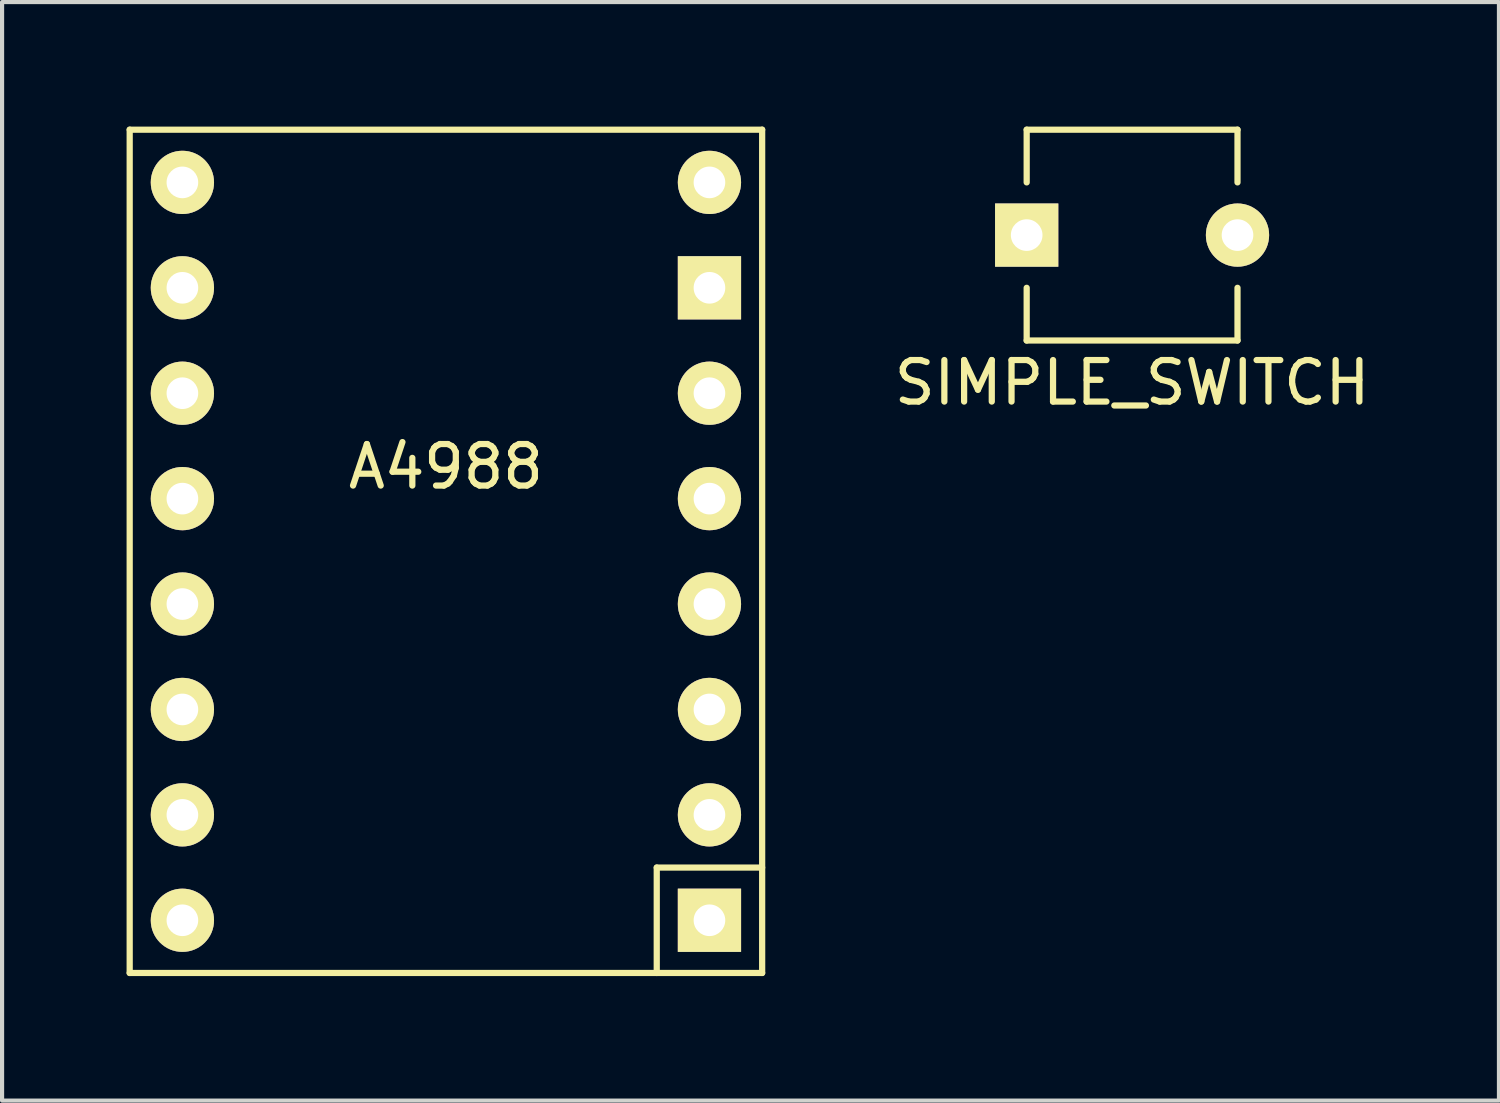
<source format=kicad_pcb>
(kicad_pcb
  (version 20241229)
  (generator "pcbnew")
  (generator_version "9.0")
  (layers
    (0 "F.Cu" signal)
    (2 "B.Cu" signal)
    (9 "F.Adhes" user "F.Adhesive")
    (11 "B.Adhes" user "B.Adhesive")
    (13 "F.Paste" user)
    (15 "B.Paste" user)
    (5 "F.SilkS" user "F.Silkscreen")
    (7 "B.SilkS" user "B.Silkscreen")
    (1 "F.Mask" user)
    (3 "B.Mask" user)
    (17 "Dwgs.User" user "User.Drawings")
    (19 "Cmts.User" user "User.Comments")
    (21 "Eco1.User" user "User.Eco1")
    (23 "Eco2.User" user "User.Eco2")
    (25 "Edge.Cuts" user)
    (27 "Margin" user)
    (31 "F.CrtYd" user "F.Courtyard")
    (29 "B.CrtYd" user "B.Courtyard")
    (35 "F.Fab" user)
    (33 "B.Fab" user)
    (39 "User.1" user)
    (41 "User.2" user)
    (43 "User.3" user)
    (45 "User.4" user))
  (footprint "SIMPLE_SWITCH"
    (layer "F.Cu")
    (at 24.229 2.615)
    (property "Reference" "SIMPLE_SWITCH" (at 0 3.556 0) (layer "F.SilkS") (effects (font (size 1 1) (thickness 0.15))))
    (attr through_hole)
    (fp_line (start -2.54 -2.54) (end 2.54 -2.54) (stroke (width 0.15) (type solid)) (layer "F.SilkS"))
    (fp_line (start -2.54 -1.27) (end -2.54 -2.54) (stroke (width 0.15) (type solid)) (layer "F.SilkS"))
    (fp_line (start -2.54 1.27) (end -2.54 2.54) (stroke (width 0.15) (type solid)) (layer "F.SilkS"))
    (fp_line (start -2.54 2.54) (end 2.54 2.54) (stroke (width 0.15) (type solid)) (layer "F.SilkS"))
    (fp_line (start 2.54 -2.54) (end 2.54 -1.27) (stroke (width 0.15) (type solid)) (layer "F.SilkS"))
    (fp_line (start 2.54 2.54) (end 2.54 1.27) (stroke (width 0.15) (type solid)) (layer "F.SilkS"))
    (pad "1" thru_hole rect (at -2.54 0) (size 1.524 1.524) (drill 0.762) (layers "*.Cu" "*.Mask" "F.SilkS"))
    (pad "2" thru_hole circle (at 2.54 0) (size 1.524 1.524) (drill 0.762) (layers "*.Cu" "*.Mask" "F.SilkS")))
  (footprint "A4988"
    (layer "F.Cu")
    (at 7.695 10.235)
    (property "Reference" "A4988" (at 0 -2.04 0) (layer "F.SilkS") (effects (font (size 1 1) (thickness 0.15))))
    (attr through_hole)
    (fp_line (start -7.62 -10.16) (end 7.62 -10.16) (stroke (width 0.15) (type solid)) (layer "F.SilkS"))
    (fp_line (start -7.62 10.16) (end -7.62 -10.16) (stroke (width 0.15) (type solid)) (layer "F.SilkS"))
    (fp_line (start 5.08 7.62) (end 5.08 10.16) (stroke (width 0.15) (type solid)) (layer "F.SilkS"))
    (fp_line (start 7.62 -10.16) (end 7.62 10.16) (stroke (width 0.15) (type solid)) (layer "F.SilkS"))
    (fp_line (start 7.62 7.62) (end 5.08 7.62) (stroke (width 0.15) (type solid)) (layer "F.SilkS"))
    (fp_line (start 7.62 10.16) (end -7.62 10.16) (stroke (width 0.15) (type solid)) (layer "F.SilkS"))
    (pad "1" thru_hole rect (at 6.35 8.89) (size 1.524 1.524) (drill 0.762) (layers "*.Cu" "*.Mask" "F.SilkS"))
    (pad "2" thru_hole circle (at 6.35 6.35) (size 1.524 1.524) (drill 0.762) (layers "*.Cu" "*.Mask" "F.SilkS"))
    (pad "3" thru_hole circle (at 6.35 3.81) (size 1.524 1.524) (drill 0.762) (layers "*.Cu" "*.Mask" "F.SilkS"))
    (pad "4" thru_hole circle (at 6.35 1.27) (size 1.524 1.524) (drill 0.762) (layers "*.Cu" "*.Mask" "F.SilkS"))
    (pad "5" thru_hole circle (at 6.35 -1.27) (size 1.524 1.524) (drill 0.762) (layers "*.Cu" "*.Mask" "F.SilkS"))
    (pad "6" thru_hole circle (at 6.35 -3.81) (size 1.524 1.524) (drill 0.762) (layers "*.Cu" "*.Mask" "F.SilkS"))
    (pad "7" thru_hole rect (at 6.35 -6.35) (size 1.524 1.524) (drill 0.762) (layers "*.Cu" "*.Mask" "F.SilkS"))
    (pad "8" thru_hole circle (at 6.35 -8.89) (size 1.524 1.524) (drill 0.762) (layers "*.Cu" "*.Mask" "F.SilkS"))
    (pad "9" thru_hole circle (at -6.35 -8.89) (size 1.524 1.524) (drill 0.762) (layers "*.Cu" "*.Mask" "F.SilkS"))
    (pad "10" thru_hole circle (at -6.35 -6.35) (size 1.524 1.524) (drill 0.762) (layers "*.Cu" "*.Mask" "F.SilkS"))
    (pad "11" thru_hole circle (at -6.35 -3.81) (size 1.524 1.524) (drill 0.762) (layers "*.Cu" "*.Mask" "F.SilkS"))
    (pad "12" thru_hole circle (at -6.35 -1.27) (size 1.524 1.524) (drill 0.762) (layers "*.Cu" "*.Mask" "F.SilkS"))
    (pad "13" thru_hole circle (at -6.35 1.27) (size 1.524 1.524) (drill 0.762) (layers "*.Cu" "*.Mask" "F.SilkS"))
    (pad "14" thru_hole circle (at -6.35 3.81) (size 1.524 1.524) (drill 0.762) (layers "*.Cu" "*.Mask" "F.SilkS"))
    (pad "15" thru_hole circle (at -6.35 6.35) (size 1.524 1.524) (drill 0.762) (layers "*.Cu" "*.Mask" "F.SilkS"))
    (pad "16" thru_hole circle (at -6.35 8.89) (size 1.524 1.524) (drill 0.762) (layers "*.Cu" "*.Mask" "F.SilkS")))
  (gr_rect
    (start -3 -3)
    (end 33.069 23.47)
    (stroke (width 0.1) (type default))
    (fill no)
    (layer "Edge.Cuts")))
</source>
